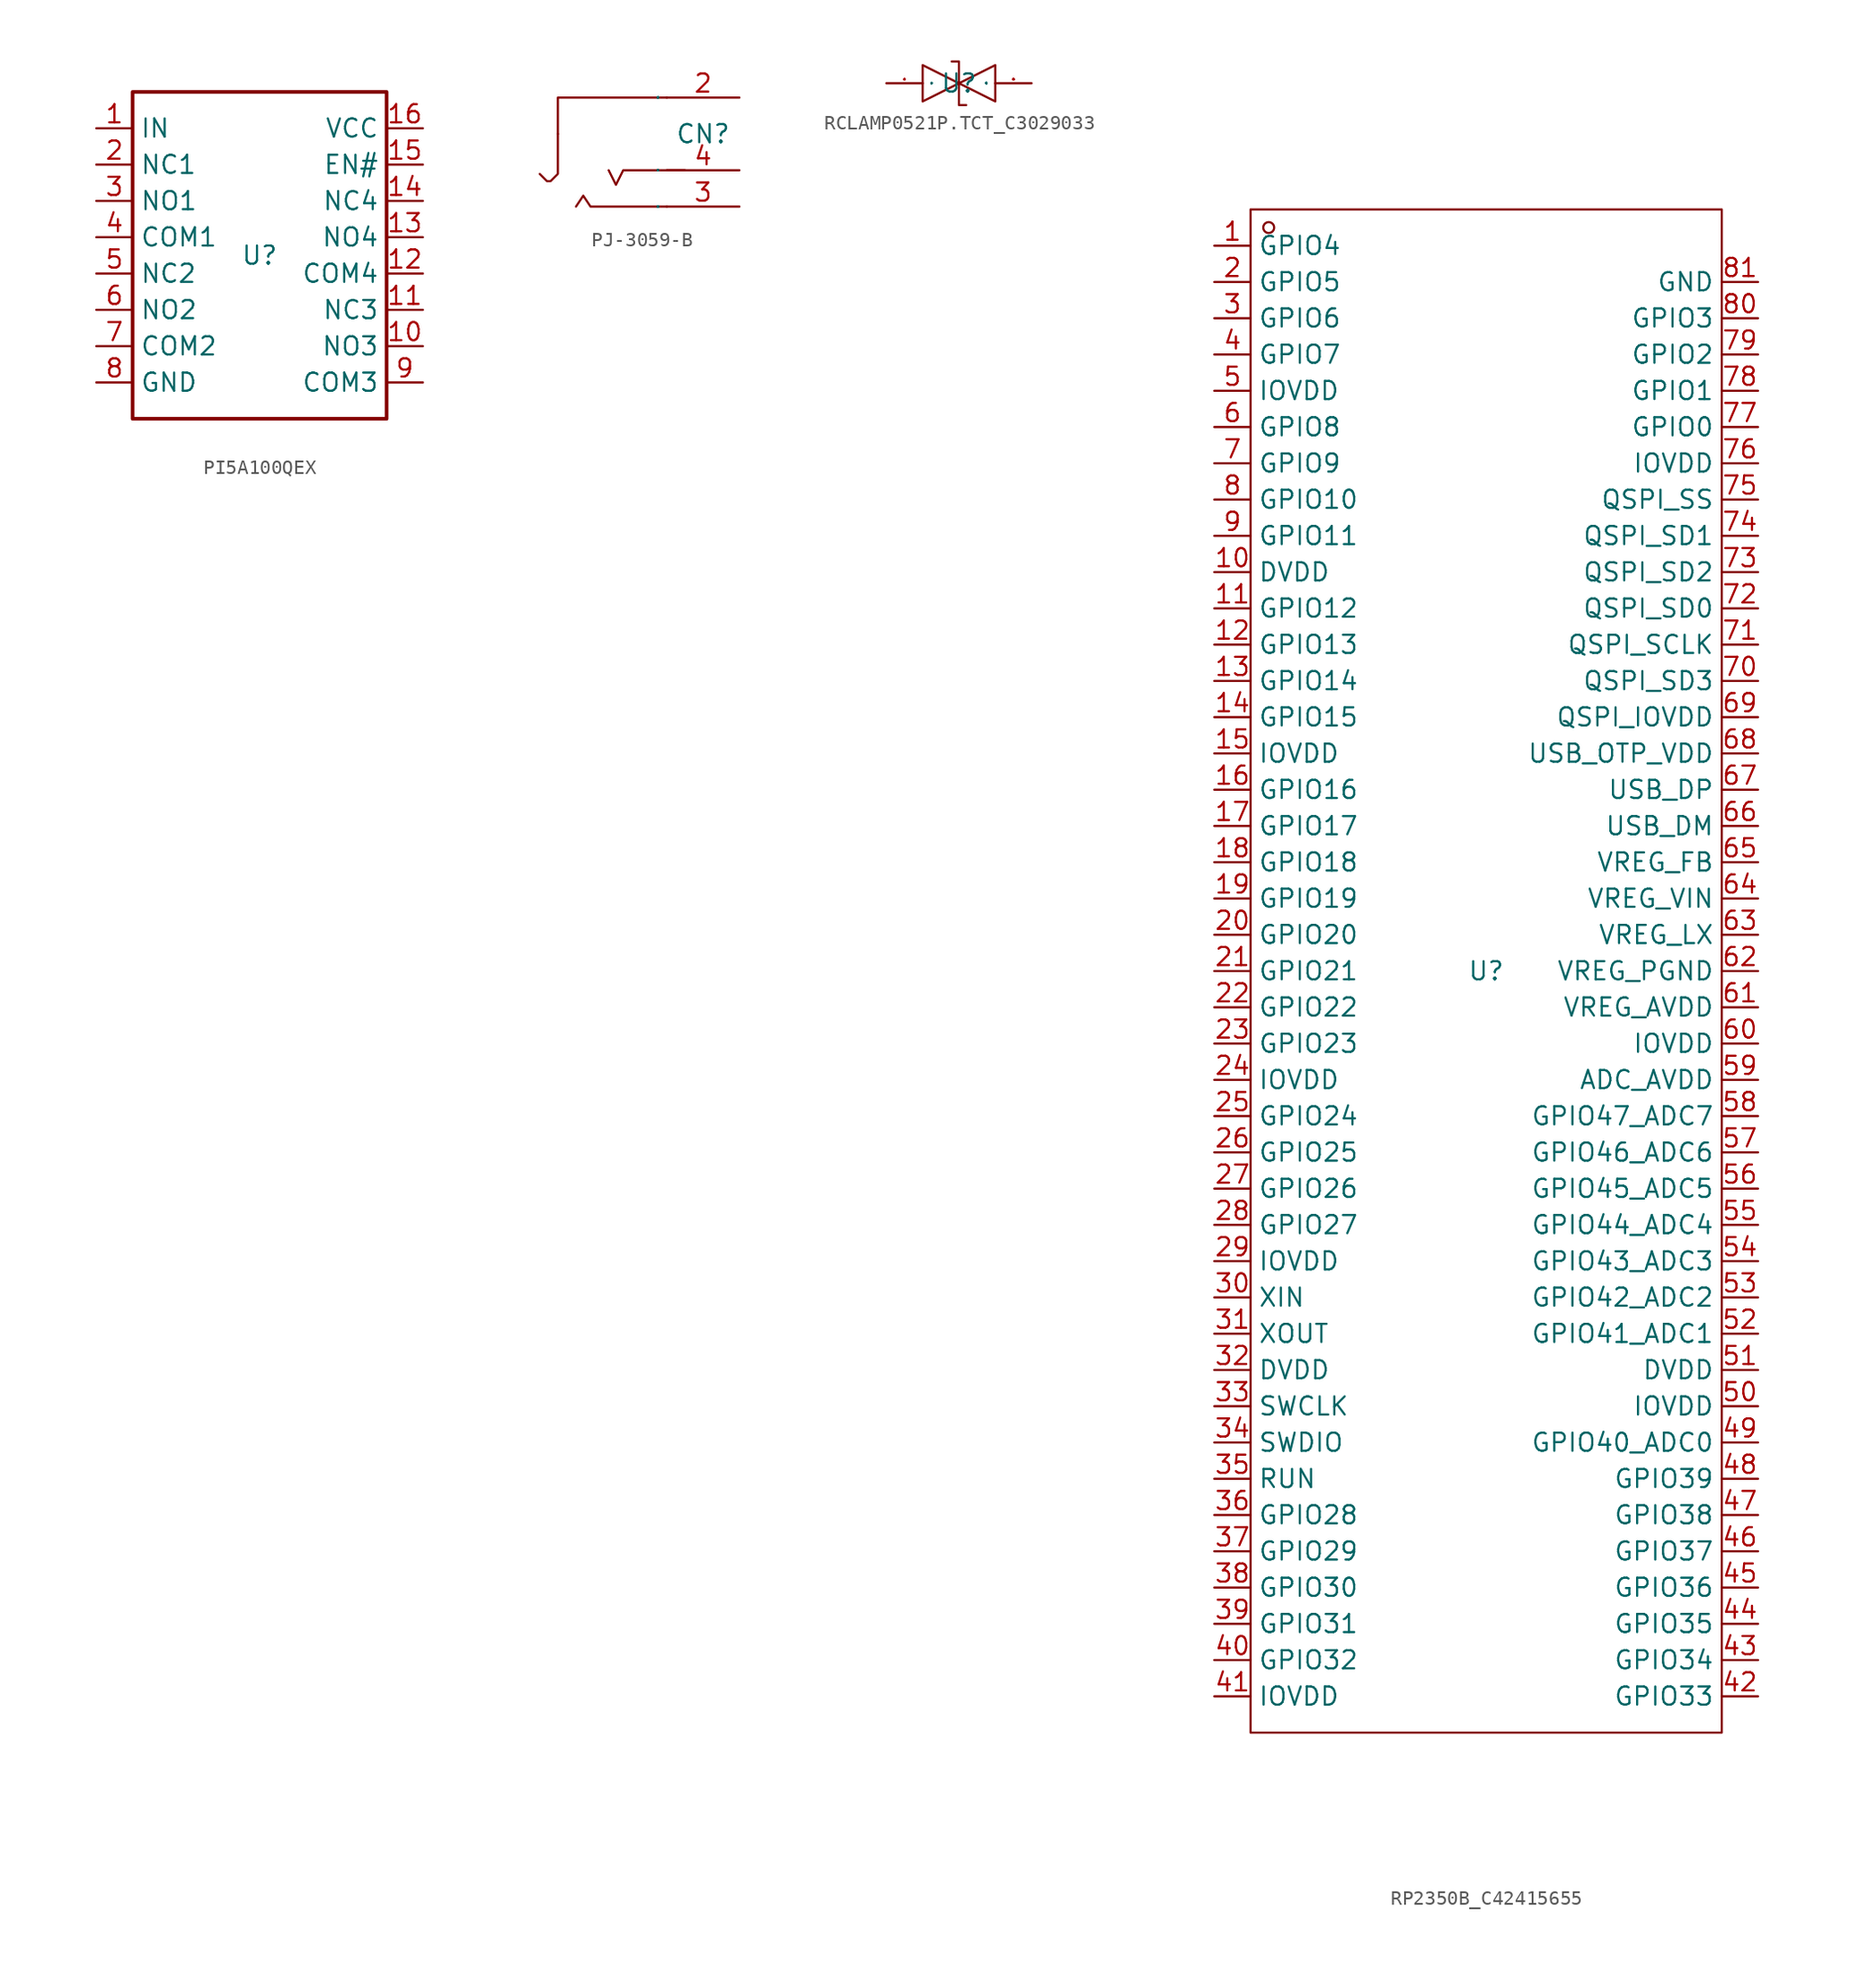
<source format=kicad_sym>
(kicad_symbol_lib
  (version 20241209)
  (generator "kicad_symbol_editor")
  (generator_version "9.0")
  (symbol "PI5A100QEX"
    (property "Reference" "U"
      (at 0 0 0)
      (effects (font (size 1.27 1.27))))
    (property "Value" ""
      (at 0 0 0)
      (effects (font (size 1.27 1.27))))
    (symbol "PI5A100QEX_1_0"
      (rectangle (start -8.89 11.43) (end 8.89 -11.43) (stroke (width 0.254) (type default)) (fill (type none)))
      (pin unspecified line (at -11.43 8.89 0) (length 2.54) (name "IN" (effects (font (size 1.27 1.27)))) (number "1" (effects (font (size 1.27 1.27)))))
      (pin unspecified line (at -11.43 6.35 0) (length 2.54) (name "NC1" (effects (font (size 1.27 1.27)))) (number "2" (effects (font (size 1.27 1.27)))))
      (pin unspecified line (at -11.43 3.81 0) (length 2.54) (name "NO1" (effects (font (size 1.27 1.27)))) (number "3" (effects (font (size 1.27 1.27)))))
      (pin unspecified line (at -11.43 1.27 0) (length 2.54) (name "COM1" (effects (font (size 1.27 1.27)))) (number "4" (effects (font (size 1.27 1.27)))))
      (pin unspecified line (at -11.43 -1.27 0) (length 2.54) (name "NC2" (effects (font (size 1.27 1.27)))) (number "5" (effects (font (size 1.27 1.27)))))
      (pin unspecified line (at -11.43 -3.81 0) (length 2.54) (name "NO2" (effects (font (size 1.27 1.27)))) (number "6" (effects (font (size 1.27 1.27)))))
      (pin unspecified line (at -11.43 -6.35 0) (length 2.54) (name "COM2" (effects (font (size 1.27 1.27)))) (number "7" (effects (font (size 1.27 1.27)))))
      (pin unspecified line (at -11.43 -8.89 0) (length 2.54) (name "GND" (effects (font (size 1.27 1.27)))) (number "8" (effects (font (size 1.27 1.27)))))
      (pin unspecified line (at 11.43 8.89 180) (length 2.54) (name "VCC" (effects (font (size 1.27 1.27)))) (number "16" (effects (font (size 1.27 1.27)))))
      (pin unspecified line (at 11.43 6.35 180) (length 2.54) (name "EN#" (effects (font (size 1.27 1.27)))) (number "15" (effects (font (size 1.27 1.27)))))
      (pin unspecified line (at 11.43 3.81 180) (length 2.54) (name "NC4" (effects (font (size 1.27 1.27)))) (number "14" (effects (font (size 1.27 1.27)))))
      (pin unspecified line (at 11.43 1.27 180) (length 2.54) (name "NO4" (effects (font (size 1.27 1.27)))) (number "13" (effects (font (size 1.27 1.27)))))
      (pin unspecified line (at 11.43 -1.27 180) (length 2.54) (name "COM4" (effects (font (size 1.27 1.27)))) (number "12" (effects (font (size 1.27 1.27)))))
      (pin unspecified line (at 11.43 -3.81 180) (length 2.54) (name "NC3" (effects (font (size 1.27 1.27)))) (number "11" (effects (font (size 1.27 1.27)))))
      (pin unspecified line (at 11.43 -6.35 180) (length 2.54) (name "NO3" (effects (font (size 1.27 1.27)))) (number "10" (effects (font (size 1.27 1.27)))))
      (pin unspecified line (at 11.43 -8.89 180) (length 2.54) (name "COM3" (effects (font (size 1.27 1.27)))) (number "9" (effects (font (size 1.27 1.27)))))))
  (symbol "PJ-3059-B"
    (property "Reference" "CN"
      (at 0 0 0)
      (effects (font (size 1.27 1.27))))
    (property "Value" ""
      (at 0 0 0)
      (effects (font (size 1.27 1.27))))
    (symbol "PJ-3059-B_1_0"
      (polyline (pts (xy -10.16 0) (xy -10.16 -2.794) (xy -10.16 -2.794) (xy -10.414 -3.048) (xy -10.414 -3.048) (xy -10.668 -3.302) (xy -10.668 -3.302) (xy -10.922 -3.302) (xy -10.922 -3.302) (xy -11.43 -2.794)) (stroke (width 0) (type default)) (fill (type none)))
      (polyline (pts (xy -2.54 2.54) (xy -10.16 2.54) (xy -10.16 2.54) (xy -10.16 0)) (stroke (width 0) (type default)) (fill (type none)))
      (polyline (pts (xy -2.54 -5.08) (xy -7.874 -5.08) (xy -7.874 -5.08) (xy -8.382 -4.318) (xy -8.382 -4.318) (xy -8.89 -5.08)) (stroke (width 0) (type default)) (fill (type none)))
      (polyline (pts (xy -1.27 -2.54) (xy -2.54 -2.54) (xy -2.54 -2.54) (xy -5.588 -2.54) (xy -5.588 -2.54) (xy -6.096 -3.556) (xy -6.096 -3.556) (xy -6.604 -2.54)) (stroke (width 0) (type default)) (fill (type none)))
      (pin input line (at 2.54 2.54 180) (length 5.08) (name "2" (effects (font (size 0.025 0.025)))) (number "2" (effects (font (size 1.27 1.27)))))
      (pin input line (at 2.54 -2.54 180) (length 5.08) (name "4" (effects (font (size 0.025 0.025)))) (number "4" (effects (font (size 1.27 1.27)))))
      (pin input line (at 2.54 -5.08 180) (length 5.08) (name "3" (effects (font (size 0.025 0.025)))) (number "3" (effects (font (size 1.27 1.27)))))))
  (symbol "RCLAMP0521P.TCT_C3029033"
    (property "Reference" "U"
      (at 0 0 0)
      (effects (font (size 1.27 1.27))))
    (property "Value" ""
      (at 0 0 0)
      (effects (font (size 1.27 1.27))))
    (symbol "RCLAMP0521P.TCT_C3029033_1_0"
      (polyline (pts (xy -2.54 1.27) (xy 0 0) (xy 0 0) (xy -2.54 -1.27) (xy -2.54 -1.27) (xy -2.54 1.27)) (stroke (width 0) (type default)) (fill (type none)))
      (polyline (pts (xy -0.508 1.524) (xy -0.508 1.524) (xy -0.508 1.524) (xy 0 1.524) (xy 0 1.524) (xy 0 -1.524) (xy 0 -1.524) (xy 0.508 -1.524) (xy 0.508 -1.524) (xy 0.508 -1.524)) (stroke (width 0) (type default)) (fill (type none)))
      (polyline (pts (xy 2.54 1.27) (xy 0 0) (xy 0 0) (xy 2.54 -1.27) (xy 2.54 -1.27) (xy 2.54 1.27)) (stroke (width 0) (type default)) (fill (type none)))
      (pin unspecified line (at -5.08 0 0) (length 2.54) (name "1" (effects (font (size 0.025 0.025)))) (number "1" (effects (font (size 0.025 0.025)))))
      (pin unspecified line (at 5.08 0 180) (length 2.54) (name "2" (effects (font (size 0.025 0.025)))) (number "2" (effects (font (size 0.025 0.025)))))))
  (symbol "RP2350B_C42415655"
    (property "Reference" "U"
      (at 0 0 0)
      (effects (font (size 1.27 1.27))))
    (property "Value" ""
      (at 0 0 0)
      (effects (font (size 1.27 1.27))))
    (symbol "RP2350B_C42415655_1_0"
      (rectangle (start -16.51 -53.34) (end 16.51 53.34) (stroke (width 0) (type default)) (fill (type none)))
      (circle (center -15.24 52.07) (radius 0.381) (stroke (width 0) (type default)) (fill (type none)))
      (pin unspecified line (at -19.05 50.8 0) (length 2.54) (name "GPIO4" (effects (font (size 1.27 1.27)))) (number "1" (effects (font (size 1.27 1.27)))))
      (pin unspecified line (at -19.05 48.26 0) (length 2.54) (name "GPIO5" (effects (font (size 1.27 1.27)))) (number "2" (effects (font (size 1.27 1.27)))))
      (pin unspecified line (at -19.05 45.72 0) (length 2.54) (name "GPIO6" (effects (font (size 1.27 1.27)))) (number "3" (effects (font (size 1.27 1.27)))))
      (pin unspecified line (at -19.05 43.18 0) (length 2.54) (name "GPIO7" (effects (font (size 1.27 1.27)))) (number "4" (effects (font (size 1.27 1.27)))))
      (pin unspecified line (at -19.05 40.64 0) (length 2.54) (name "IOVDD" (effects (font (size 1.27 1.27)))) (number "5" (effects (font (size 1.27 1.27)))))
      (pin unspecified line (at -19.05 38.1 0) (length 2.54) (name "GPIO8" (effects (font (size 1.27 1.27)))) (number "6" (effects (font (size 1.27 1.27)))))
      (pin unspecified line (at -19.05 35.56 0) (length 2.54) (name "GPIO9" (effects (font (size 1.27 1.27)))) (number "7" (effects (font (size 1.27 1.27)))))
      (pin unspecified line (at -19.05 33.02 0) (length 2.54) (name "GPIO10" (effects (font (size 1.27 1.27)))) (number "8" (effects (font (size 1.27 1.27)))))
      (pin unspecified line (at -19.05 30.48 0) (length 2.54) (name "GPIO11" (effects (font (size 1.27 1.27)))) (number "9" (effects (font (size 1.27 1.27)))))
      (pin unspecified line (at -19.05 27.94 0) (length 2.54) (name "DVDD" (effects (font (size 1.27 1.27)))) (number "10" (effects (font (size 1.27 1.27)))))
      (pin unspecified line (at -19.05 25.4 0) (length 2.54) (name "GPIO12" (effects (font (size 1.27 1.27)))) (number "11" (effects (font (size 1.27 1.27)))))
      (pin unspecified line (at -19.05 22.86 0) (length 2.54) (name "GPIO13" (effects (font (size 1.27 1.27)))) (number "12" (effects (font (size 1.27 1.27)))))
      (pin unspecified line (at -19.05 20.32 0) (length 2.54) (name "GPIO14" (effects (font (size 1.27 1.27)))) (number "13" (effects (font (size 1.27 1.27)))))
      (pin unspecified line (at -19.05 17.78 0) (length 2.54) (name "GPIO15" (effects (font (size 1.27 1.27)))) (number "14" (effects (font (size 1.27 1.27)))))
      (pin unspecified line (at -19.05 15.24 0) (length 2.54) (name "IOVDD" (effects (font (size 1.27 1.27)))) (number "15" (effects (font (size 1.27 1.27)))))
      (pin unspecified line (at -19.05 12.7 0) (length 2.54) (name "GPIO16" (effects (font (size 1.27 1.27)))) (number "16" (effects (font (size 1.27 1.27)))))
      (pin unspecified line (at -19.05 10.16 0) (length 2.54) (name "GPIO17" (effects (font (size 1.27 1.27)))) (number "17" (effects (font (size 1.27 1.27)))))
      (pin unspecified line (at -19.05 7.62 0) (length 2.54) (name "GPIO18" (effects (font (size 1.27 1.27)))) (number "18" (effects (font (size 1.27 1.27)))))
      (pin unspecified line (at -19.05 5.08 0) (length 2.54) (name "GPIO19" (effects (font (size 1.27 1.27)))) (number "19" (effects (font (size 1.27 1.27)))))
      (pin unspecified line (at -19.05 2.54 0) (length 2.54) (name "GPIO20" (effects (font (size 1.27 1.27)))) (number "20" (effects (font (size 1.27 1.27)))))
      (pin unspecified line (at -19.05 0 0) (length 2.54) (name "GPIO21" (effects (font (size 1.27 1.27)))) (number "21" (effects (font (size 1.27 1.27)))))
      (pin unspecified line (at -19.05 -2.54 0) (length 2.54) (name "GPIO22" (effects (font (size 1.27 1.27)))) (number "22" (effects (font (size 1.27 1.27)))))
      (pin unspecified line (at -19.05 -5.08 0) (length 2.54) (name "GPIO23" (effects (font (size 1.27 1.27)))) (number "23" (effects (font (size 1.27 1.27)))))
      (pin unspecified line (at -19.05 -7.62 0) (length 2.54) (name "IOVDD" (effects (font (size 1.27 1.27)))) (number "24" (effects (font (size 1.27 1.27)))))
      (pin unspecified line (at -19.05 -10.16 0) (length 2.54) (name "GPIO24" (effects (font (size 1.27 1.27)))) (number "25" (effects (font (size 1.27 1.27)))))
      (pin unspecified line (at -19.05 -12.7 0) (length 2.54) (name "GPIO25" (effects (font (size 1.27 1.27)))) (number "26" (effects (font (size 1.27 1.27)))))
      (pin unspecified line (at -19.05 -15.24 0) (length 2.54) (name "GPIO26" (effects (font (size 1.27 1.27)))) (number "27" (effects (font (size 1.27 1.27)))))
      (pin unspecified line (at -19.05 -17.78 0) (length 2.54) (name "GPIO27" (effects (font (size 1.27 1.27)))) (number "28" (effects (font (size 1.27 1.27)))))
      (pin unspecified line (at -19.05 -20.32 0) (length 2.54) (name "IOVDD" (effects (font (size 1.27 1.27)))) (number "29" (effects (font (size 1.27 1.27)))))
      (pin unspecified line (at -19.05 -22.86 0) (length 2.54) (name "XIN" (effects (font (size 1.27 1.27)))) (number "30" (effects (font (size 1.27 1.27)))))
      (pin unspecified line (at -19.05 -25.4 0) (length 2.54) (name "XOUT" (effects (font (size 1.27 1.27)))) (number "31" (effects (font (size 1.27 1.27)))))
      (pin unspecified line (at -19.05 -27.94 0) (length 2.54) (name "DVDD" (effects (font (size 1.27 1.27)))) (number "32" (effects (font (size 1.27 1.27)))))
      (pin unspecified line (at -19.05 -30.48 0) (length 2.54) (name "SWCLK" (effects (font (size 1.27 1.27)))) (number "33" (effects (font (size 1.27 1.27)))))
      (pin unspecified line (at -19.05 -33.02 0) (length 2.54) (name "SWDIO" (effects (font (size 1.27 1.27)))) (number "34" (effects (font (size 1.27 1.27)))))
      (pin unspecified line (at -19.05 -35.56 0) (length 2.54) (name "RUN" (effects (font (size 1.27 1.27)))) (number "35" (effects (font (size 1.27 1.27)))))
      (pin unspecified line (at -19.05 -38.1 0) (length 2.54) (name "GPIO28" (effects (font (size 1.27 1.27)))) (number "36" (effects (font (size 1.27 1.27)))))
      (pin unspecified line (at -19.05 -40.64 0) (length 2.54) (name "GPIO29" (effects (font (size 1.27 1.27)))) (number "37" (effects (font (size 1.27 1.27)))))
      (pin unspecified line (at -19.05 -43.18 0) (length 2.54) (name "GPIO30" (effects (font (size 1.27 1.27)))) (number "38" (effects (font (size 1.27 1.27)))))
      (pin unspecified line (at -19.05 -45.72 0) (length 2.54) (name "GPIO31" (effects (font (size 1.27 1.27)))) (number "39" (effects (font (size 1.27 1.27)))))
      (pin unspecified line (at -19.05 -48.26 0) (length 2.54) (name "GPIO32" (effects (font (size 1.27 1.27)))) (number "40" (effects (font (size 1.27 1.27)))))
      (pin unspecified line (at -19.05 -50.8 0) (length 2.54) (name "IOVDD" (effects (font (size 1.27 1.27)))) (number "41" (effects (font (size 1.27 1.27)))))
      (pin unspecified line (at 19.05 48.26 180) (length 2.54) (name "GND" (effects (font (size 1.27 1.27)))) (number "81" (effects (font (size 1.27 1.27)))))
      (pin unspecified line (at 19.05 45.72 180) (length 2.54) (name "GPIO3" (effects (font (size 1.27 1.27)))) (number "80" (effects (font (size 1.27 1.27)))))
      (pin unspecified line (at 19.05 43.18 180) (length 2.54) (name "GPIO2" (effects (font (size 1.27 1.27)))) (number "79" (effects (font (size 1.27 1.27)))))
      (pin unspecified line (at 19.05 40.64 180) (length 2.54) (name "GPIO1" (effects (font (size 1.27 1.27)))) (number "78" (effects (font (size 1.27 1.27)))))
      (pin unspecified line (at 19.05 38.1 180) (length 2.54) (name "GPIO0" (effects (font (size 1.27 1.27)))) (number "77" (effects (font (size 1.27 1.27)))))
      (pin unspecified line (at 19.05 35.56 180) (length 2.54) (name "IOVDD" (effects (font (size 1.27 1.27)))) (number "76" (effects (font (size 1.27 1.27)))))
      (pin unspecified line (at 19.05 33.02 180) (length 2.54) (name "QSPI_SS" (effects (font (size 1.27 1.27)))) (number "75" (effects (font (size 1.27 1.27)))))
      (pin unspecified line (at 19.05 30.48 180) (length 2.54) (name "QSPI_SD1" (effects (font (size 1.27 1.27)))) (number "74" (effects (font (size 1.27 1.27)))))
      (pin unspecified line (at 19.05 27.94 180) (length 2.54) (name "QSPI_SD2" (effects (font (size 1.27 1.27)))) (number "73" (effects (font (size 1.27 1.27)))))
      (pin unspecified line (at 19.05 25.4 180) (length 2.54) (name "QSPI_SD0" (effects (font (size 1.27 1.27)))) (number "72" (effects (font (size 1.27 1.27)))))
      (pin unspecified line (at 19.05 22.86 180) (length 2.54) (name "QSPI_SCLK" (effects (font (size 1.27 1.27)))) (number "71" (effects (font (size 1.27 1.27)))))
      (pin unspecified line (at 19.05 20.32 180) (length 2.54) (name "QSPI_SD3" (effects (font (size 1.27 1.27)))) (number "70" (effects (font (size 1.27 1.27)))))
      (pin unspecified line (at 19.05 17.78 180) (length 2.54) (name "QSPI_IOVDD" (effects (font (size 1.27 1.27)))) (number "69" (effects (font (size 1.27 1.27)))))
      (pin unspecified line (at 19.05 15.24 180) (length 2.54) (name "USB_OTP_VDD" (effects (font (size 1.27 1.27)))) (number "68" (effects (font (size 1.27 1.27)))))
      (pin unspecified line (at 19.05 12.7 180) (length 2.54) (name "USB_DP" (effects (font (size 1.27 1.27)))) (number "67" (effects (font (size 1.27 1.27)))))
      (pin unspecified line (at 19.05 10.16 180) (length 2.54) (name "USB_DM" (effects (font (size 1.27 1.27)))) (number "66" (effects (font (size 1.27 1.27)))))
      (pin unspecified line (at 19.05 7.62 180) (length 2.54) (name "VREG_FB" (effects (font (size 1.27 1.27)))) (number "65" (effects (font (size 1.27 1.27)))))
      (pin unspecified line (at 19.05 5.08 180) (length 2.54) (name "VREG_VIN" (effects (font (size 1.27 1.27)))) (number "64" (effects (font (size 1.27 1.27)))))
      (pin unspecified line (at 19.05 2.54 180) (length 2.54) (name "VREG_LX" (effects (font (size 1.27 1.27)))) (number "63" (effects (font (size 1.27 1.27)))))
      (pin unspecified line (at 19.05 0 180) (length 2.54) (name "VREG_PGND" (effects (font (size 1.27 1.27)))) (number "62" (effects (font (size 1.27 1.27)))))
      (pin unspecified line (at 19.05 -2.54 180) (length 2.54) (name "VREG_AVDD" (effects (font (size 1.27 1.27)))) (number "61" (effects (font (size 1.27 1.27)))))
      (pin unspecified line (at 19.05 -5.08 180) (length 2.54) (name "IOVDD" (effects (font (size 1.27 1.27)))) (number "60" (effects (font (size 1.27 1.27)))))
      (pin unspecified line (at 19.05 -7.62 180) (length 2.54) (name "ADC_AVDD" (effects (font (size 1.27 1.27)))) (number "59" (effects (font (size 1.27 1.27)))))
      (pin unspecified line (at 19.05 -10.16 180) (length 2.54) (name "GPIO47_ADC7" (effects (font (size 1.27 1.27)))) (number "58" (effects (font (size 1.27 1.27)))))
      (pin unspecified line (at 19.05 -12.7 180) (length 2.54) (name "GPIO46_ADC6" (effects (font (size 1.27 1.27)))) (number "57" (effects (font (size 1.27 1.27)))))
      (pin unspecified line (at 19.05 -15.24 180) (length 2.54) (name "GPIO45_ADC5" (effects (font (size 1.27 1.27)))) (number "56" (effects (font (size 1.27 1.27)))))
      (pin unspecified line (at 19.05 -17.78 180) (length 2.54) (name "GPIO44_ADC4" (effects (font (size 1.27 1.27)))) (number "55" (effects (font (size 1.27 1.27)))))
      (pin unspecified line (at 19.05 -20.32 180) (length 2.54) (name "GPIO43_ADC3" (effects (font (size 1.27 1.27)))) (number "54" (effects (font (size 1.27 1.27)))))
      (pin unspecified line (at 19.05 -22.86 180) (length 2.54) (name "GPIO42_ADC2" (effects (font (size 1.27 1.27)))) (number "53" (effects (font (size 1.27 1.27)))))
      (pin unspecified line (at 19.05 -25.4 180) (length 2.54) (name "GPIO41_ADC1" (effects (font (size 1.27 1.27)))) (number "52" (effects (font (size 1.27 1.27)))))
      (pin unspecified line (at 19.05 -27.94 180) (length 2.54) (name "DVDD" (effects (font (size 1.27 1.27)))) (number "51" (effects (font (size 1.27 1.27)))))
      (pin unspecified line (at 19.05 -30.48 180) (length 2.54) (name "IOVDD" (effects (font (size 1.27 1.27)))) (number "50" (effects (font (size 1.27 1.27)))))
      (pin unspecified line (at 19.05 -33.02 180) (length 2.54) (name "GPIO40_ADC0" (effects (font (size 1.27 1.27)))) (number "49" (effects (font (size 1.27 1.27)))))
      (pin unspecified line (at 19.05 -35.56 180) (length 2.54) (name "GPIO39" (effects (font (size 1.27 1.27)))) (number "48" (effects (font (size 1.27 1.27)))))
      (pin unspecified line (at 19.05 -38.1 180) (length 2.54) (name "GPIO38" (effects (font (size 1.27 1.27)))) (number "47" (effects (font (size 1.27 1.27)))))
      (pin unspecified line (at 19.05 -40.64 180) (length 2.54) (name "GPIO37" (effects (font (size 1.27 1.27)))) (number "46" (effects (font (size 1.27 1.27)))))
      (pin unspecified line (at 19.05 -43.18 180) (length 2.54) (name "GPIO36" (effects (font (size 1.27 1.27)))) (number "45" (effects (font (size 1.27 1.27)))))
      (pin unspecified line (at 19.05 -45.72 180) (length 2.54) (name "GPIO35" (effects (font (size 1.27 1.27)))) (number "44" (effects (font (size 1.27 1.27)))))
      (pin unspecified line (at 19.05 -48.26 180) (length 2.54) (name "GPIO34" (effects (font (size 1.27 1.27)))) (number "43" (effects (font (size 1.27 1.27)))))
      (pin unspecified line (at 19.05 -50.8 180) (length 2.54) (name "GPIO33" (effects (font (size 1.27 1.27)))) (number "42" (effects (font (size 1.27 1.27))))))))
</source>
